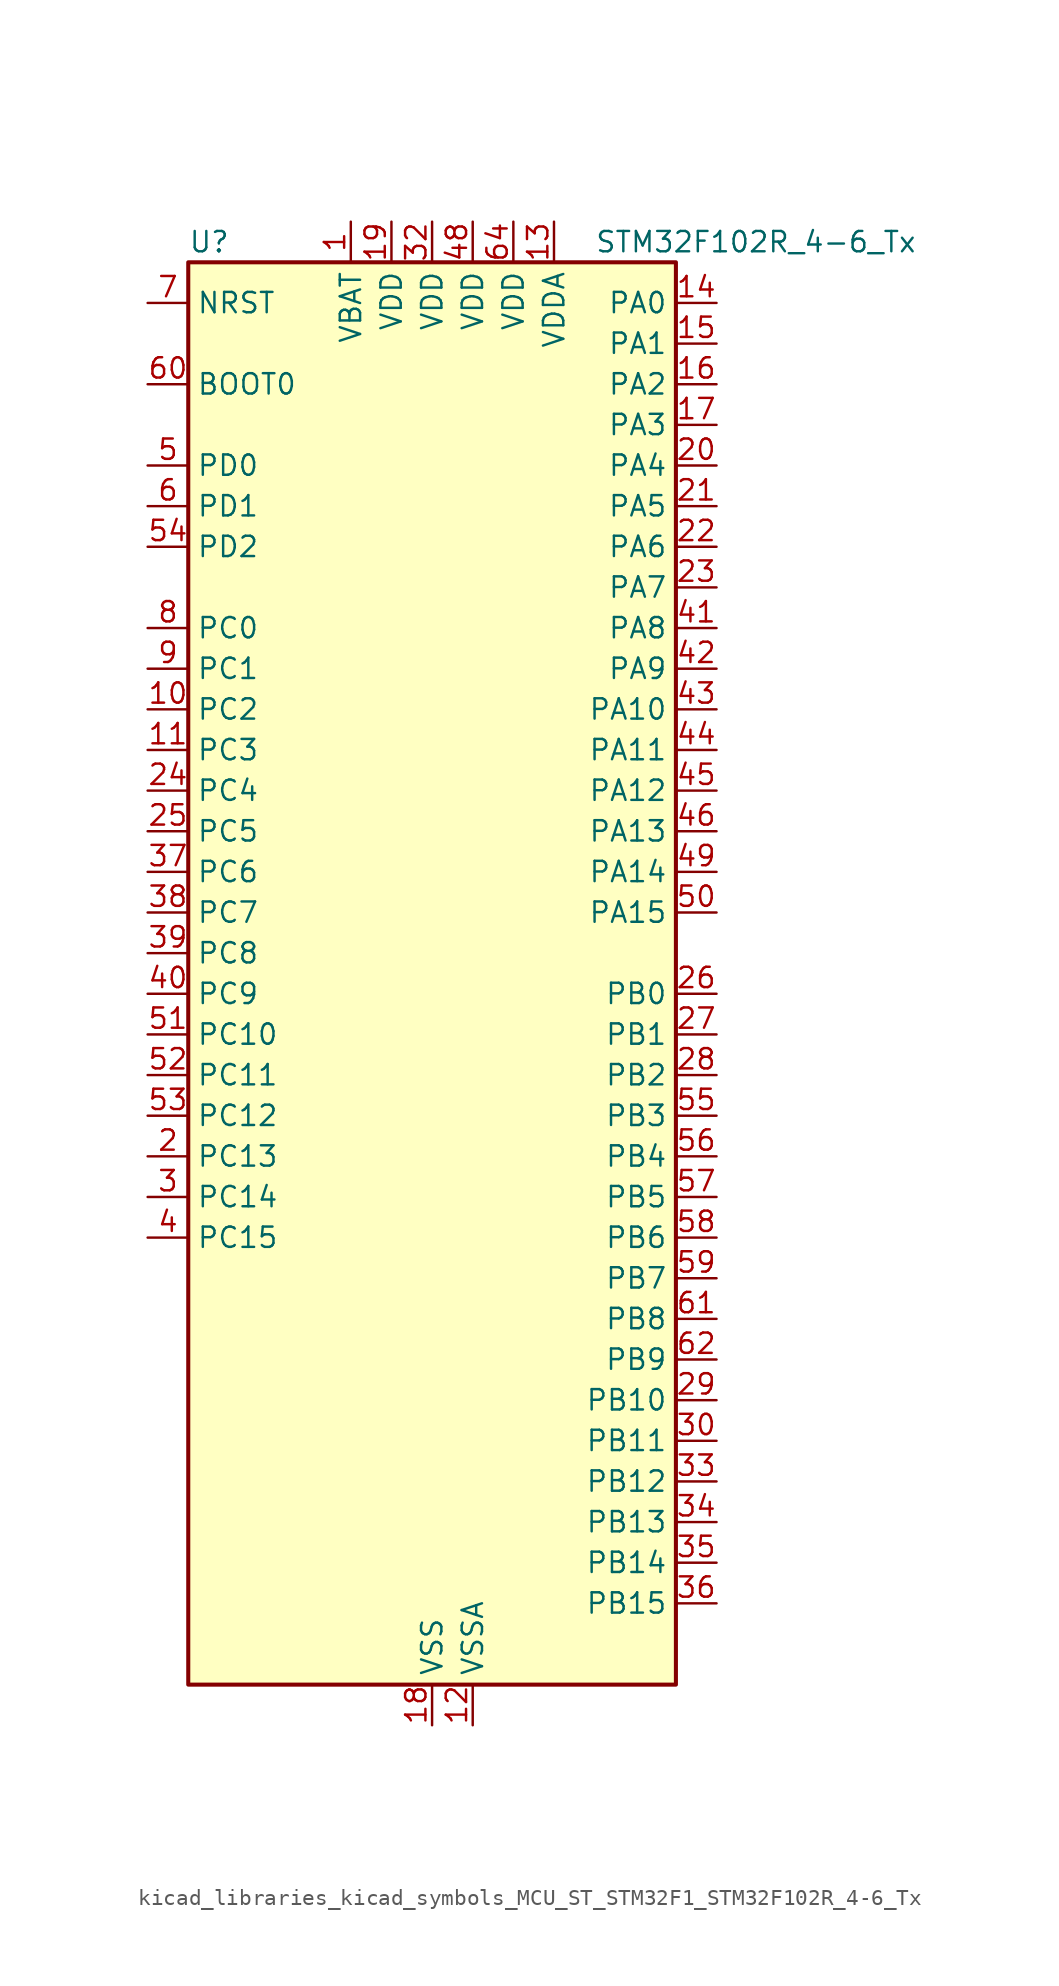
<source format=kicad_sym>
(kicad_symbol_lib
  (version 20220914)
  (generator kicad_symbol_editor)
  (symbol "kicad_libraries_kicad_symbols_MCU_ST_STM32F1_STM32F102R_4-6_Tx"
    (property "Reference" "U"
      (at -15.24 46.99 0)
      (effects (font (size 1.27 1.27)) (justify left)))
    (property "Value" "STM32F102R_4-6_Tx"
      (at 10.16 46.99 0)
      (effects (font (size 1.27 1.27)) (justify left)))
    (property "ki_locked" ""
      (at 0 0 0)
      (effects (font (size 1.27 1.27))))
    (symbol "kicad_libraries_kicad_symbols_MCU_ST_STM32F1_STM32F102R_4-6_Tx_0_1"
      (rectangle (start -15.24 -43.18) (end 15.24 45.72) (stroke (width 0.254) (type default)) (fill (type background))))
    (symbol "kicad_libraries_kicad_symbols_MCU_ST_STM32F1_STM32F102R_4-6_Tx_1_1"
      (pin power_in line (at -5.08 48.26 270) (length 2.54) (name "VBAT" (effects (font (size 1.27 1.27)))) (number "1" (effects (font (size 1.27 1.27)))))
      (pin bidirectional line (at -17.78 17.78 0) (length 2.54) (name "PC2" (effects (font (size 1.27 1.27)))) (number "10" (effects (font (size 1.27 1.27)))) (alternate "ADC1_IN12" bidirectional line))
      (pin bidirectional line (at -17.78 15.24 0) (length 2.54) (name "PC3" (effects (font (size 1.27 1.27)))) (number "11" (effects (font (size 1.27 1.27)))) (alternate "ADC1_IN13" bidirectional line))
      (pin power_in line (at 2.54 -45.72 90) (length 2.54) (name "VSSA" (effects (font (size 1.27 1.27)))) (number "12" (effects (font (size 1.27 1.27)))))
      (pin power_in line (at 7.62 48.26 270) (length 2.54) (name "VDDA" (effects (font (size 1.27 1.27)))) (number "13" (effects (font (size 1.27 1.27)))))
      (pin bidirectional line (at 17.78 43.18 180) (length 2.54) (name "PA0" (effects (font (size 1.27 1.27)))) (number "14" (effects (font (size 1.27 1.27)))) (alternate "ADC1_IN0" bidirectional line) (alternate "SYS_WKUP" bidirectional line) (alternate "TIM2_CH1" bidirectional line) (alternate "TIM2_ETR" bidirectional line) (alternate "USART2_CTS" bidirectional line))
      (pin bidirectional line (at 17.78 40.64 180) (length 2.54) (name "PA1" (effects (font (size 1.27 1.27)))) (number "15" (effects (font (size 1.27 1.27)))) (alternate "ADC1_IN1" bidirectional line) (alternate "TIM2_CH2" bidirectional line) (alternate "USART2_RTS" bidirectional line))
      (pin bidirectional line (at 17.78 38.1 180) (length 2.54) (name "PA2" (effects (font (size 1.27 1.27)))) (number "16" (effects (font (size 1.27 1.27)))) (alternate "ADC1_IN2" bidirectional line) (alternate "TIM2_CH3" bidirectional line) (alternate "USART2_TX" bidirectional line))
      (pin bidirectional line (at 17.78 35.56 180) (length 2.54) (name "PA3" (effects (font (size 1.27 1.27)))) (number "17" (effects (font (size 1.27 1.27)))) (alternate "ADC1_IN3" bidirectional line) (alternate "TIM2_CH4" bidirectional line) (alternate "USART2_RX" bidirectional line))
      (pin power_in line (at 0 -45.72 90) (length 2.54) (name "VSS" (effects (font (size 1.27 1.27)))) (number "18" (effects (font (size 1.27 1.27)))))
      (pin power_in line (at -2.54 48.26 270) (length 2.54) (name "VDD" (effects (font (size 1.27 1.27)))) (number "19" (effects (font (size 1.27 1.27)))))
      (pin bidirectional line (at -17.78 -10.16 0) (length 2.54) (name "PC13" (effects (font (size 1.27 1.27)))) (number "2" (effects (font (size 1.27 1.27)))) (alternate "RTC_OUT" bidirectional line) (alternate "RTC_TAMPER" bidirectional line))
      (pin bidirectional line (at 17.78 33.02 180) (length 2.54) (name "PA4" (effects (font (size 1.27 1.27)))) (number "20" (effects (font (size 1.27 1.27)))) (alternate "ADC1_IN4" bidirectional line) (alternate "SPI1_NSS" bidirectional line) (alternate "USART2_CK" bidirectional line))
      (pin bidirectional line (at 17.78 30.48 180) (length 2.54) (name "PA5" (effects (font (size 1.27 1.27)))) (number "21" (effects (font (size 1.27 1.27)))) (alternate "ADC1_IN5" bidirectional line) (alternate "SPI1_SCK" bidirectional line))
      (pin bidirectional line (at 17.78 27.94 180) (length 2.54) (name "PA6" (effects (font (size 1.27 1.27)))) (number "22" (effects (font (size 1.27 1.27)))) (alternate "ADC1_IN6" bidirectional line) (alternate "SPI1_MISO" bidirectional line) (alternate "TIM3_CH1" bidirectional line))
      (pin bidirectional line (at 17.78 25.4 180) (length 2.54) (name "PA7" (effects (font (size 1.27 1.27)))) (number "23" (effects (font (size 1.27 1.27)))) (alternate "ADC1_IN7" bidirectional line) (alternate "SPI1_MOSI" bidirectional line) (alternate "TIM3_CH2" bidirectional line))
      (pin bidirectional line (at -17.78 12.7 0) (length 2.54) (name "PC4" (effects (font (size 1.27 1.27)))) (number "24" (effects (font (size 1.27 1.27)))) (alternate "ADC1_IN14" bidirectional line))
      (pin bidirectional line (at -17.78 10.16 0) (length 2.54) (name "PC5" (effects (font (size 1.27 1.27)))) (number "25" (effects (font (size 1.27 1.27)))) (alternate "ADC1_IN15" bidirectional line))
      (pin bidirectional line (at 17.78 0 180) (length 2.54) (name "PB0" (effects (font (size 1.27 1.27)))) (number "26" (effects (font (size 1.27 1.27)))) (alternate "ADC1_IN8" bidirectional line) (alternate "TIM3_CH3" bidirectional line))
      (pin bidirectional line (at 17.78 -2.54 180) (length 2.54) (name "PB1" (effects (font (size 1.27 1.27)))) (number "27" (effects (font (size 1.27 1.27)))) (alternate "ADC1_IN9" bidirectional line) (alternate "TIM3_CH4" bidirectional line))
      (pin bidirectional line (at 17.78 -5.08 180) (length 2.54) (name "PB2" (effects (font (size 1.27 1.27)))) (number "28" (effects (font (size 1.27 1.27)))))
      (pin bidirectional line (at 17.78 -25.4 180) (length 2.54) (name "PB10" (effects (font (size 1.27 1.27)))) (number "29" (effects (font (size 1.27 1.27)))) (alternate "TIM2_CH3" bidirectional line))
      (pin bidirectional line (at -17.78 -12.7 0) (length 2.54) (name "PC14" (effects (font (size 1.27 1.27)))) (number "3" (effects (font (size 1.27 1.27)))) (alternate "RCC_OSC32_IN" bidirectional line))
      (pin bidirectional line (at 17.78 -27.94 180) (length 2.54) (name "PB11" (effects (font (size 1.27 1.27)))) (number "30" (effects (font (size 1.27 1.27)))) (alternate "ADC1_EXTI11" bidirectional line) (alternate "TIM2_CH4" bidirectional line))
      (pin passive line (at 0 -45.72 90) (length 2.54) hide (name "VSS" (effects (font (size 1.27 1.27)))) (number "31" (effects (font (size 1.27 1.27)))))
      (pin power_in line (at 0 48.26 270) (length 2.54) (name "VDD" (effects (font (size 1.27 1.27)))) (number "32" (effects (font (size 1.27 1.27)))))
      (pin bidirectional line (at 17.78 -30.48 180) (length 2.54) (name "PB12" (effects (font (size 1.27 1.27)))) (number "33" (effects (font (size 1.27 1.27)))))
      (pin bidirectional line (at 17.78 -33.02 180) (length 2.54) (name "PB13" (effects (font (size 1.27 1.27)))) (number "34" (effects (font (size 1.27 1.27)))))
      (pin bidirectional line (at 17.78 -35.56 180) (length 2.54) (name "PB14" (effects (font (size 1.27 1.27)))) (number "35" (effects (font (size 1.27 1.27)))))
      (pin bidirectional line (at 17.78 -38.1 180) (length 2.54) (name "PB15" (effects (font (size 1.27 1.27)))) (number "36" (effects (font (size 1.27 1.27)))) (alternate "ADC1_EXTI15" bidirectional line))
      (pin bidirectional line (at -17.78 7.62 0) (length 2.54) (name "PC6" (effects (font (size 1.27 1.27)))) (number "37" (effects (font (size 1.27 1.27)))) (alternate "TIM3_CH1" bidirectional line))
      (pin bidirectional line (at -17.78 5.08 0) (length 2.54) (name "PC7" (effects (font (size 1.27 1.27)))) (number "38" (effects (font (size 1.27 1.27)))) (alternate "TIM3_CH2" bidirectional line))
      (pin bidirectional line (at -17.78 2.54 0) (length 2.54) (name "PC8" (effects (font (size 1.27 1.27)))) (number "39" (effects (font (size 1.27 1.27)))) (alternate "TIM3_CH3" bidirectional line))
      (pin bidirectional line (at -17.78 -15.24 0) (length 2.54) (name "PC15" (effects (font (size 1.27 1.27)))) (number "4" (effects (font (size 1.27 1.27)))) (alternate "ADC1_EXTI15" bidirectional line) (alternate "RCC_OSC32_OUT" bidirectional line))
      (pin bidirectional line (at -17.78 0 0) (length 2.54) (name "PC9" (effects (font (size 1.27 1.27)))) (number "40" (effects (font (size 1.27 1.27)))) (alternate "TIM3_CH4" bidirectional line))
      (pin bidirectional line (at 17.78 22.86 180) (length 2.54) (name "PA8" (effects (font (size 1.27 1.27)))) (number "41" (effects (font (size 1.27 1.27)))) (alternate "RCC_MCO" bidirectional line) (alternate "USART1_CK" bidirectional line))
      (pin bidirectional line (at 17.78 20.32 180) (length 2.54) (name "PA9" (effects (font (size 1.27 1.27)))) (number "42" (effects (font (size 1.27 1.27)))) (alternate "USART1_TX" bidirectional line))
      (pin bidirectional line (at 17.78 17.78 180) (length 2.54) (name "PA10" (effects (font (size 1.27 1.27)))) (number "43" (effects (font (size 1.27 1.27)))) (alternate "USART1_RX" bidirectional line))
      (pin bidirectional line (at 17.78 15.24 180) (length 2.54) (name "PA11" (effects (font (size 1.27 1.27)))) (number "44" (effects (font (size 1.27 1.27)))) (alternate "ADC1_EXTI11" bidirectional line) (alternate "USART1_CTS" bidirectional line) (alternate "USB_DM" bidirectional line))
      (pin bidirectional line (at 17.78 12.7 180) (length 2.54) (name "PA12" (effects (font (size 1.27 1.27)))) (number "45" (effects (font (size 1.27 1.27)))) (alternate "USART1_RTS" bidirectional line) (alternate "USB_DP" bidirectional line))
      (pin bidirectional line (at 17.78 10.16 180) (length 2.54) (name "PA13" (effects (font (size 1.27 1.27)))) (number "46" (effects (font (size 1.27 1.27)))) (alternate "SYS_JTMS-SWDIO" bidirectional line))
      (pin passive line (at 0 -45.72 90) (length 2.54) hide (name "VSS" (effects (font (size 1.27 1.27)))) (number "47" (effects (font (size 1.27 1.27)))))
      (pin power_in line (at 2.54 48.26 270) (length 2.54) (name "VDD" (effects (font (size 1.27 1.27)))) (number "48" (effects (font (size 1.27 1.27)))))
      (pin bidirectional line (at 17.78 7.62 180) (length 2.54) (name "PA14" (effects (font (size 1.27 1.27)))) (number "49" (effects (font (size 1.27 1.27)))) (alternate "SYS_JTCK-SWCLK" bidirectional line))
      (pin bidirectional line (at -17.78 33.02 0) (length 2.54) (name "PD0" (effects (font (size 1.27 1.27)))) (number "5" (effects (font (size 1.27 1.27)))) (alternate "RCC_OSC_IN" bidirectional line))
      (pin bidirectional line (at 17.78 5.08 180) (length 2.54) (name "PA15" (effects (font (size 1.27 1.27)))) (number "50" (effects (font (size 1.27 1.27)))) (alternate "ADC1_EXTI15" bidirectional line) (alternate "SPI1_NSS" bidirectional line) (alternate "SYS_JTDI" bidirectional line) (alternate "TIM2_CH1" bidirectional line) (alternate "TIM2_ETR" bidirectional line))
      (pin bidirectional line (at -17.78 -2.54 0) (length 2.54) (name "PC10" (effects (font (size 1.27 1.27)))) (number "51" (effects (font (size 1.27 1.27)))))
      (pin bidirectional line (at -17.78 -5.08 0) (length 2.54) (name "PC11" (effects (font (size 1.27 1.27)))) (number "52" (effects (font (size 1.27 1.27)))) (alternate "ADC1_EXTI11" bidirectional line))
      (pin bidirectional line (at -17.78 -7.62 0) (length 2.54) (name "PC12" (effects (font (size 1.27 1.27)))) (number "53" (effects (font (size 1.27 1.27)))))
      (pin bidirectional line (at -17.78 27.94 0) (length 2.54) (name "PD2" (effects (font (size 1.27 1.27)))) (number "54" (effects (font (size 1.27 1.27)))) (alternate "TIM3_ETR" bidirectional line))
      (pin bidirectional line (at 17.78 -7.62 180) (length 2.54) (name "PB3" (effects (font (size 1.27 1.27)))) (number "55" (effects (font (size 1.27 1.27)))) (alternate "SPI1_SCK" bidirectional line) (alternate "SYS_JTDO-TRACESWO" bidirectional line) (alternate "TIM2_CH2" bidirectional line))
      (pin bidirectional line (at 17.78 -10.16 180) (length 2.54) (name "PB4" (effects (font (size 1.27 1.27)))) (number "56" (effects (font (size 1.27 1.27)))) (alternate "SPI1_MISO" bidirectional line) (alternate "SYS_NJTRST" bidirectional line) (alternate "TIM3_CH1" bidirectional line))
      (pin bidirectional line (at 17.78 -12.7 180) (length 2.54) (name "PB5" (effects (font (size 1.27 1.27)))) (number "57" (effects (font (size 1.27 1.27)))) (alternate "I2C1_SMBA" bidirectional line) (alternate "SPI1_MOSI" bidirectional line) (alternate "TIM3_CH2" bidirectional line))
      (pin bidirectional line (at 17.78 -15.24 180) (length 2.54) (name "PB6" (effects (font (size 1.27 1.27)))) (number "58" (effects (font (size 1.27 1.27)))) (alternate "I2C1_SCL" bidirectional line) (alternate "USART1_TX" bidirectional line))
      (pin bidirectional line (at 17.78 -17.78 180) (length 2.54) (name "PB7" (effects (font (size 1.27 1.27)))) (number "59" (effects (font (size 1.27 1.27)))) (alternate "I2C1_SDA" bidirectional line) (alternate "USART1_RX" bidirectional line))
      (pin bidirectional line (at -17.78 30.48 0) (length 2.54) (name "PD1" (effects (font (size 1.27 1.27)))) (number "6" (effects (font (size 1.27 1.27)))) (alternate "RCC_OSC_OUT" bidirectional line))
      (pin input line (at -17.78 38.1 0) (length 2.54) (name "BOOT0" (effects (font (size 1.27 1.27)))) (number "60" (effects (font (size 1.27 1.27)))))
      (pin bidirectional line (at 17.78 -20.32 180) (length 2.54) (name "PB8" (effects (font (size 1.27 1.27)))) (number "61" (effects (font (size 1.27 1.27)))) (alternate "I2C1_SCL" bidirectional line))
      (pin bidirectional line (at 17.78 -22.86 180) (length 2.54) (name "PB9" (effects (font (size 1.27 1.27)))) (number "62" (effects (font (size 1.27 1.27)))) (alternate "I2C1_SDA" bidirectional line))
      (pin passive line (at 0 -45.72 90) (length 2.54) hide (name "VSS" (effects (font (size 1.27 1.27)))) (number "63" (effects (font (size 1.27 1.27)))))
      (pin power_in line (at 5.08 48.26 270) (length 2.54) (name "VDD" (effects (font (size 1.27 1.27)))) (number "64" (effects (font (size 1.27 1.27)))))
      (pin input line (at -17.78 43.18 0) (length 2.54) (name "NRST" (effects (font (size 1.27 1.27)))) (number "7" (effects (font (size 1.27 1.27)))))
      (pin bidirectional line (at -17.78 22.86 0) (length 2.54) (name "PC0" (effects (font (size 1.27 1.27)))) (number "8" (effects (font (size 1.27 1.27)))) (alternate "ADC1_IN10" bidirectional line))
      (pin bidirectional line (at -17.78 20.32 0) (length 2.54) (name "PC1" (effects (font (size 1.27 1.27)))) (number "9" (effects (font (size 1.27 1.27)))) (alternate "ADC1_IN11" bidirectional line)))))
</source>
